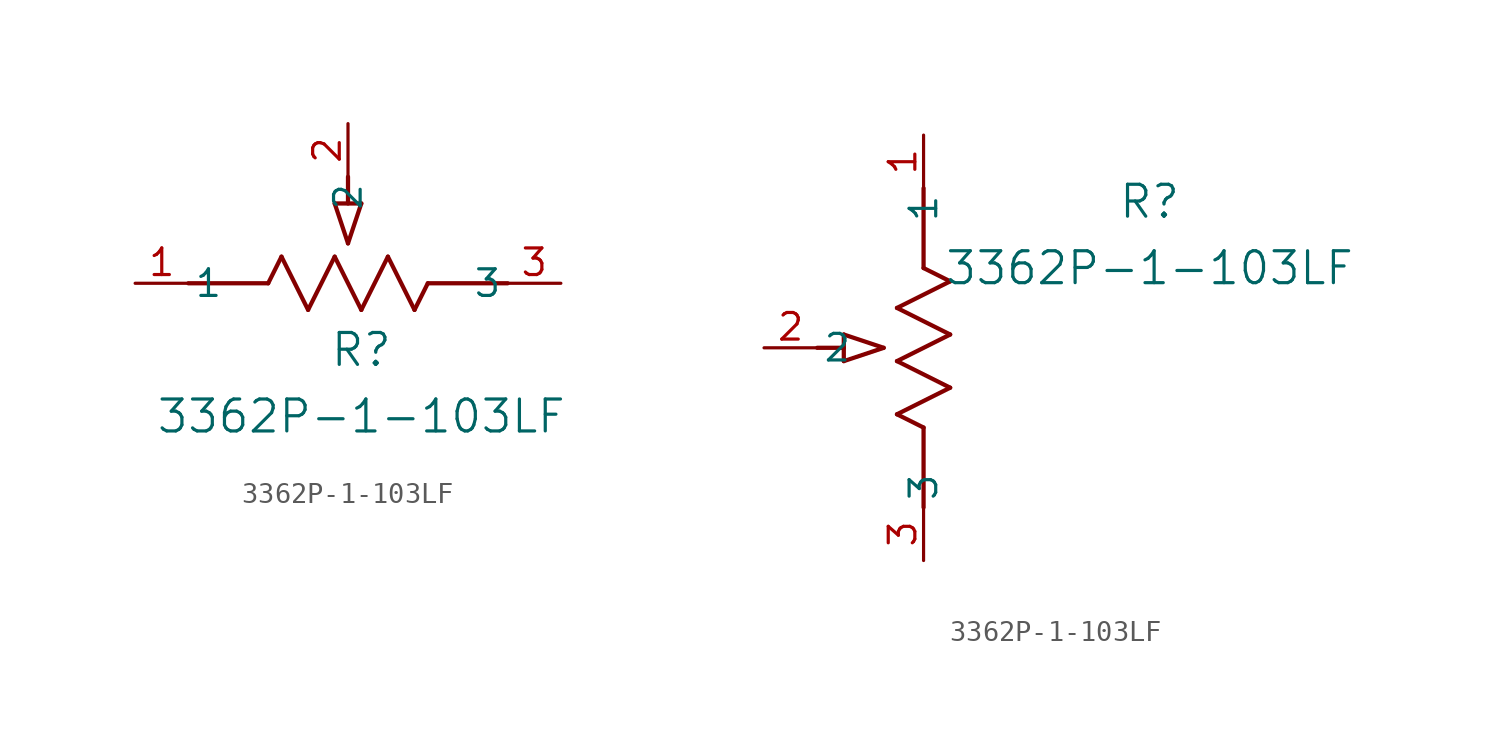
<source format=kicad_sym>
(kicad_symbol_lib
  (version 20211014)
  (generator kicad_symbol_editor)
  (symbol "3362P-1-103LF"
    (pin_names
      (offset 0.254))
    (property "Reference" "R"
      (at 10.795 -3.175 0)
      (effects (font (size 1.524 1.524))))
    (property "Value" "3362P-1-103LF"
      (at 10.795 -6.35 0)
      (effects (font (size 1.524 1.524))))
    (symbol "3362P-1-103LF_1_1"
      (polyline (pts (xy 9.525 3.81) (xy 10.16 1.905)) (stroke (width 0.203) (type default) (color 0 0 0 0)) (fill (type none)))
      (polyline (pts (xy 10.795 3.81) (xy 10.16 1.905)) (stroke (width 0.203) (type default) (color 0 0 0 0)) (fill (type none)))
      (polyline (pts (xy 9.525 3.81) (xy 10.795 3.81)) (stroke (width 0.203) (type default) (color 0 0 0 0)) (fill (type none)))
      (polyline (pts (xy 10.16 3.81) (xy 10.16 5.08)) (stroke (width 0.203) (type default) (color 0 0 0 0)) (fill (type none)))
      (polyline (pts (xy 6.35 0) (xy 6.985 1.27)) (stroke (width 0.203) (type default) (color 0 0 0 0)) (fill (type none)))
      (polyline (pts (xy 9.525 1.27) (xy 10.795 -1.27)) (stroke (width 0.203) (type default) (color 0 0 0 0)) (fill (type none)))
      (polyline (pts (xy 10.795 -1.27) (xy 12.065 1.27)) (stroke (width 0.203) (type default) (color 0 0 0 0)) (fill (type none)))
      (polyline (pts (xy 8.255 -1.27) (xy 9.525 1.27)) (stroke (width 0.203) (type default) (color 0 0 0 0)) (fill (type none)))
      (polyline (pts (xy 6.985 1.27) (xy 8.255 -1.27)) (stroke (width 0.203) (type default) (color 0 0 0 0)) (fill (type none)))
      (polyline (pts (xy 13.335 -1.27) (xy 13.97 0)) (stroke (width 0.203) (type default) (color 0 0 0 0)) (fill (type none)))
      (polyline (pts (xy 13.97 0) (xy 17.78 0)) (stroke (width 0.203) (type default) (color 0 0 0 0)) (fill (type none)))
      (polyline (pts (xy 2.54 0) (xy 6.35 0)) (stroke (width 0.203) (type default) (color 0 0 0 0)) (fill (type none)))
      (polyline (pts (xy 12.065 1.27) (xy 13.335 -1.27)) (stroke (width 0.203) (type default) (color 0 0 0 0)) (fill (type none)))
      (pin unspecified line (at 20.32 0 180) (length 2.54) (name "3" (effects (font (size 1.27 1.27)))) (number "3" (effects (font (size 1.27 1.27)))))
      (pin unspecified line (at 10.16 7.62 270) (length 2.54) (name "2" (effects (font (size 1.27 1.27)))) (number "2" (effects (font (size 1.27 1.27)))))
      (pin unspecified line (at 0 0 0) (length 2.54) (name "1" (effects (font (size 1.27 1.27)))) (number "1" (effects (font (size 1.27 1.27))))))
    (symbol "3362P-1-103LF_1_2"
      (polyline (pts (xy 0 -13.97) (xy -1.27 -13.335)) (stroke (width 0.203) (type default) (color 0 0 0 0)) (fill (type none)))
      (polyline (pts (xy 0 -17.78) (xy 0 -13.97)) (stroke (width 0.203) (type default) (color 0 0 0 0)) (fill (type none)))
      (polyline (pts (xy -3.81 -10.795) (xy -1.905 -10.16)) (stroke (width 0.203) (type default) (color 0 0 0 0)) (fill (type none)))
      (polyline (pts (xy -3.81 -9.525) (xy -1.905 -10.16)) (stroke (width 0.203) (type default) (color 0 0 0 0)) (fill (type none)))
      (polyline (pts (xy -3.81 -10.795) (xy -3.81 -9.525)) (stroke (width 0.203) (type default) (color 0 0 0 0)) (fill (type none)))
      (polyline (pts (xy 1.27 -12.065) (xy -1.27 -10.795)) (stroke (width 0.203) (type default) (color 0 0 0 0)) (fill (type none)))
      (polyline (pts (xy -1.27 -10.795) (xy 1.27 -9.525)) (stroke (width 0.203) (type default) (color 0 0 0 0)) (fill (type none)))
      (polyline (pts (xy 1.27 -9.525) (xy -1.27 -8.255)) (stroke (width 0.203) (type default) (color 0 0 0 0)) (fill (type none)))
      (polyline (pts (xy -1.27 -8.255) (xy 1.27 -6.985)) (stroke (width 0.203) (type default) (color 0 0 0 0)) (fill (type none)))
      (polyline (pts (xy 1.27 -6.985) (xy 0 -6.35)) (stroke (width 0.203) (type default) (color 0 0 0 0)) (fill (type none)))
      (polyline (pts (xy -1.27 -13.335) (xy 1.27 -12.065)) (stroke (width 0.203) (type default) (color 0 0 0 0)) (fill (type none)))
      (polyline (pts (xy 0 -6.35) (xy 0 -2.54)) (stroke (width 0.203) (type default) (color 0 0 0 0)) (fill (type none)))
      (polyline (pts (xy -3.81 -10.16) (xy -5.08 -10.16)) (stroke (width 0.203) (type default) (color 0 0 0 0)) (fill (type none)))
      (pin unspecified line (at 0 -20.32 90) (length 2.54) (name "3" (effects (font (size 1.27 1.27)))) (number "3" (effects (font (size 1.27 1.27)))))
      (pin unspecified line (at -7.62 -10.16 0) (length 2.54) (name "2" (effects (font (size 1.27 1.27)))) (number "2" (effects (font (size 1.27 1.27)))))
      (pin unspecified line (at 0 0 270) (length 2.54) (name "1" (effects (font (size 1.27 1.27)))) (number "1" (effects (font (size 1.27 1.27))))))))
</source>
